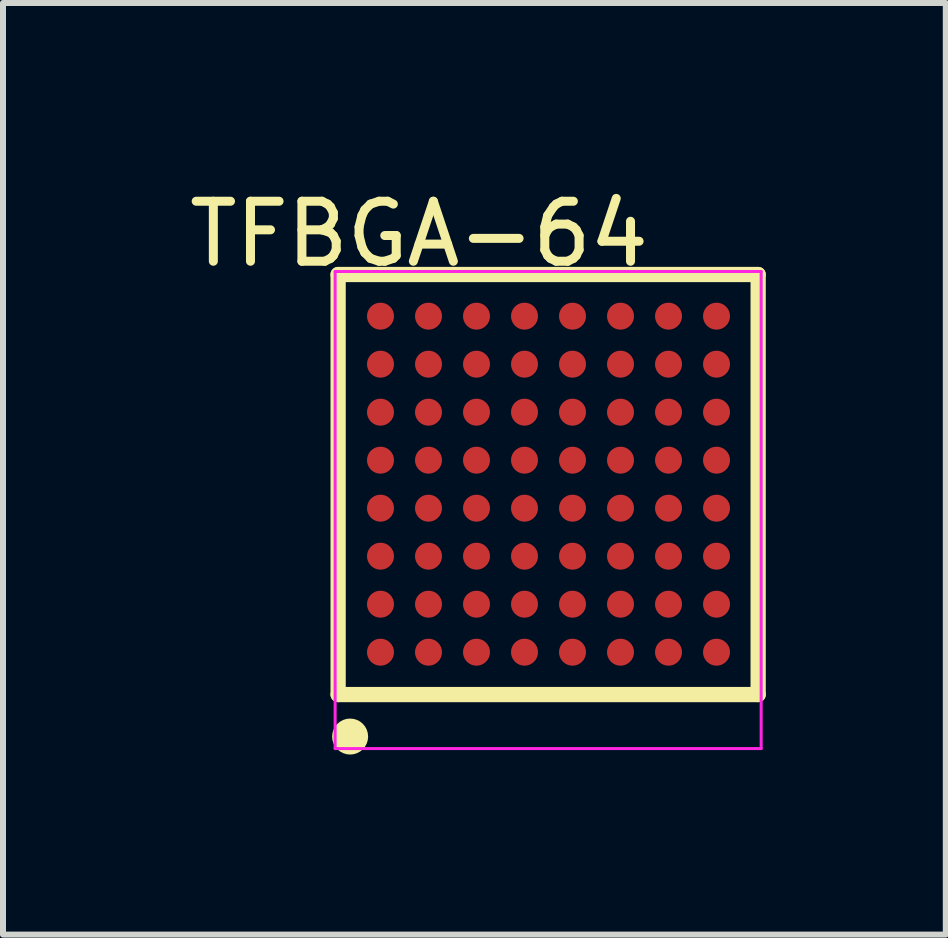
<source format=kicad_pcb>
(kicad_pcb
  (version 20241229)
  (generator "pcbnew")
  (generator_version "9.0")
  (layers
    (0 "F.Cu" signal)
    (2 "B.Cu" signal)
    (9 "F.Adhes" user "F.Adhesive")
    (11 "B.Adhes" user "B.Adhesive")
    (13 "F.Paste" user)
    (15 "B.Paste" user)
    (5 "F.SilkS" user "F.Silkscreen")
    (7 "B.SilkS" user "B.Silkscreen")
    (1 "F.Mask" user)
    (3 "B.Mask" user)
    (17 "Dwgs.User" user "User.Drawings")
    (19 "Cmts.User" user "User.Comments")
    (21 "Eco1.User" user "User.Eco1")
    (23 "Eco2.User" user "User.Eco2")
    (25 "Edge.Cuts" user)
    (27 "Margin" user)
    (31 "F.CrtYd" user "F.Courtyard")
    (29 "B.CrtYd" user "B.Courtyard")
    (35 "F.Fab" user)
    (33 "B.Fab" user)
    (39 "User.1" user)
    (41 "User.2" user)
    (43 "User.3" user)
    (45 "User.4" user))
  (footprint "TFBGA-64"
    (layer "F.Cu")
    (at 6.091 5.019)
    (property "Reference" "TFBGA-64" (at -2.157 -4.17 0) (layer "F.SilkS") (effects (font (size 1 1) (thickness 0.15))))
    (attr through_hole)
    (fp_line (start -3.506 -3.494) (end 3.494 -3.494) (stroke (width 0.254) (type solid)) (layer "F.SilkS"))
    (fp_line (start -3.506 3.506) (end -3.506 -3.494) (stroke (width 0.254) (type solid)) (layer "F.SilkS"))
    (fp_line (start -3.506 3.506) (end 3.494 3.506) (stroke (width 0.254) (type solid)) (layer "F.SilkS"))
    (fp_line (start 3.494 3.506) (end 3.494 -3.494) (stroke (width 0.254) (type solid)) (layer "F.SilkS"))
    (fp_circle (center -3.306 4.206) (end -3.156 4.206) (stroke (width 0.3) (type solid)) (fill no) (layer "F.SilkS"))
    (fp_line (start -3.556 -3.544) (end 3.544 -3.544) (stroke (width 0.05) (type solid)) (layer "F.CrtYd"))
    (fp_line (start -3.556 4.406) (end -3.556 -3.544) (stroke (width 0.05) (type solid)) (layer "F.CrtYd"))
    (fp_line (start 3.544 -3.544) (end 3.544 4.406) (stroke (width 0.05) (type solid)) (layer "F.CrtYd"))
    (fp_line (start 3.544 4.406) (end -3.556 4.406) (stroke (width 0.05) (type solid)) (layer "F.CrtYd"))
    (pad "A1" smd oval (at -2.8 2.8 90) (size 0.45 0.45) (layers "F.Cu" "F.Mask" "F.Paste"))
    (pad "A2" smd oval (at -2.8 2 90) (size 0.45 0.45) (layers "F.Cu" "F.Mask" "F.Paste"))
    (pad "A3" smd oval (at -2.8 1.2 90) (size 0.45 0.45) (layers "F.Cu" "F.Mask" "F.Paste"))
    (pad "A4" smd oval (at -2.8 0.4 90) (size 0.45 0.45) (layers "F.Cu" "F.Mask" "F.Paste"))
    (pad "A5" smd oval (at -2.8 -0.4 90) (size 0.45 0.45) (layers "F.Cu" "F.Mask" "F.Paste"))
    (pad "A6" smd oval (at -2.8 -1.2 90) (size 0.45 0.45) (layers "F.Cu" "F.Mask" "F.Paste"))
    (pad "A7" smd oval (at -2.8 -2 90) (size 0.45 0.45) (layers "F.Cu" "F.Mask" "F.Paste"))
    (pad "A8" smd oval (at -2.8 -2.8 90) (size 0.45 0.45) (layers "F.Cu" "F.Mask" "F.Paste"))
    (pad "B1" smd oval (at -2 2.8 90) (size 0.45 0.45) (layers "F.Cu" "F.Mask" "F.Paste"))
    (pad "B2" smd oval (at -2 2 90) (size 0.45 0.45) (layers "F.Cu" "F.Mask" "F.Paste"))
    (pad "B3" smd oval (at -2 1.2 90) (size 0.45 0.45) (layers "F.Cu" "F.Mask" "F.Paste"))
    (pad "B4" smd oval (at -2 0.4 90) (size 0.45 0.45) (layers "F.Cu" "F.Mask" "F.Paste"))
    (pad "B5" smd oval (at -2 -0.4 90) (size 0.45 0.45) (layers "F.Cu" "F.Mask" "F.Paste"))
    (pad "B6" smd oval (at -2 -1.2 90) (size 0.45 0.45) (layers "F.Cu" "F.Mask" "F.Paste"))
    (pad "B7" smd oval (at -2 -2 90) (size 0.45 0.45) (layers "F.Cu" "F.Mask" "F.Paste"))
    (pad "B8" smd oval (at -2 -2.8 90) (size 0.45 0.45) (layers "F.Cu" "F.Mask" "F.Paste"))
    (pad "C1" smd oval (at -1.2 2.8 90) (size 0.45 0.45) (layers "F.Cu" "F.Mask" "F.Paste"))
    (pad "C2" smd oval (at -1.2 2 90) (size 0.45 0.45) (layers "F.Cu" "F.Mask" "F.Paste"))
    (pad "C3" smd oval (at -1.2 1.2 90) (size 0.45 0.45) (layers "F.Cu" "F.Mask" "F.Paste"))
    (pad "C4" smd oval (at -1.2 0.4 90) (size 0.45 0.45) (layers "F.Cu" "F.Mask" "F.Paste"))
    (pad "C5" smd oval (at -1.2 -0.4 90) (size 0.45 0.45) (layers "F.Cu" "F.Mask" "F.Paste"))
    (pad "C6" smd oval (at -1.2 -1.2 90) (size 0.45 0.45) (layers "F.Cu" "F.Mask" "F.Paste"))
    (pad "C7" smd oval (at -1.2 -2 90) (size 0.45 0.45) (layers "F.Cu" "F.Mask" "F.Paste"))
    (pad "C8" smd oval (at -1.2 -2.8 90) (size 0.45 0.45) (layers "F.Cu" "F.Mask" "F.Paste"))
    (pad "D1" smd oval (at -0.4 2.8 90) (size 0.45 0.45) (layers "F.Cu" "F.Mask" "F.Paste"))
    (pad "D2" smd oval (at -0.4 2 90) (size 0.45 0.45) (layers "F.Cu" "F.Mask" "F.Paste"))
    (pad "D3" smd oval (at -0.4 1.2 90) (size 0.45 0.45) (layers "F.Cu" "F.Mask" "F.Paste"))
    (pad "D4" smd oval (at -0.4 0.4 90) (size 0.45 0.45) (layers "F.Cu" "F.Mask" "F.Paste"))
    (pad "D5" smd oval (at -0.4 -0.4 90) (size 0.45 0.45) (layers "F.Cu" "F.Mask" "F.Paste"))
    (pad "D6" smd oval (at -0.4 -1.2 90) (size 0.45 0.45) (layers "F.Cu" "F.Mask" "F.Paste"))
    (pad "D7" smd oval (at -0.4 -2 90) (size 0.45 0.45) (layers "F.Cu" "F.Mask" "F.Paste"))
    (pad "D8" smd oval (at -0.4 -2.8 90) (size 0.45 0.45) (layers "F.Cu" "F.Mask" "F.Paste"))
    (pad "E1" smd oval (at 0.4 2.8 90) (size 0.45 0.45) (layers "F.Cu" "F.Mask" "F.Paste"))
    (pad "E2" smd oval (at 0.4 2 90) (size 0.45 0.45) (layers "F.Cu" "F.Mask" "F.Paste"))
    (pad "E3" smd oval (at 0.4 1.2 90) (size 0.45 0.45) (layers "F.Cu" "F.Mask" "F.Paste"))
    (pad "E4" smd oval (at 0.4 0.4 90) (size 0.45 0.45) (layers "F.Cu" "F.Mask" "F.Paste"))
    (pad "E5" smd oval (at 0.4 -0.4 90) (size 0.45 0.45) (layers "F.Cu" "F.Mask" "F.Paste"))
    (pad "E6" smd oval (at 0.4 -1.2 90) (size 0.45 0.45) (layers "F.Cu" "F.Mask" "F.Paste"))
    (pad "E7" smd oval (at 0.4 -2 90) (size 0.45 0.45) (layers "F.Cu" "F.Mask" "F.Paste"))
    (pad "E8" smd oval (at 0.4 -2.8 90) (size 0.45 0.45) (layers "F.Cu" "F.Mask" "F.Paste"))
    (pad "F1" smd oval (at 1.2 2.8 90) (size 0.45 0.45) (layers "F.Cu" "F.Mask" "F.Paste"))
    (pad "F2" smd oval (at 1.2 2 90) (size 0.45 0.45) (layers "F.Cu" "F.Mask" "F.Paste"))
    (pad "F3" smd oval (at 1.2 1.2 90) (size 0.45 0.45) (layers "F.Cu" "F.Mask" "F.Paste"))
    (pad "F4" smd oval (at 1.2 0.4 90) (size 0.45 0.45) (layers "F.Cu" "F.Mask" "F.Paste"))
    (pad "F5" smd oval (at 1.2 -0.4 90) (size 0.45 0.45) (layers "F.Cu" "F.Mask" "F.Paste"))
    (pad "F6" smd oval (at 1.2 -1.2 90) (size 0.45 0.45) (layers "F.Cu" "F.Mask" "F.Paste"))
    (pad "F7" smd oval (at 1.2 -2 90) (size 0.45 0.45) (layers "F.Cu" "F.Mask" "F.Paste"))
    (pad "F8" smd oval (at 1.2 -2.8 90) (size 0.45 0.45) (layers "F.Cu" "F.Mask" "F.Paste"))
    (pad "G1" smd oval (at 2 2.8 90) (size 0.45 0.45) (layers "F.Cu" "F.Mask" "F.Paste"))
    (pad "G2" smd oval (at 2 2 90) (size 0.45 0.45) (layers "F.Cu" "F.Mask" "F.Paste"))
    (pad "G3" smd oval (at 2 1.2 90) (size 0.45 0.45) (layers "F.Cu" "F.Mask" "F.Paste"))
    (pad "G4" smd oval (at 2 0.4 90) (size 0.45 0.45) (layers "F.Cu" "F.Mask" "F.Paste"))
    (pad "G5" smd oval (at 2 -0.4 90) (size 0.45 0.45) (layers "F.Cu" "F.Mask" "F.Paste"))
    (pad "G6" smd oval (at 2 -1.2 90) (size 0.45 0.45) (layers "F.Cu" "F.Mask" "F.Paste"))
    (pad "G7" smd oval (at 2 -2 90) (size 0.45 0.45) (layers "F.Cu" "F.Mask" "F.Paste"))
    (pad "G8" smd oval (at 2 -2.8 90) (size 0.45 0.45) (layers "F.Cu" "F.Mask" "F.Paste"))
    (pad "H1" smd oval (at 2.8 2.8 90) (size 0.45 0.45) (layers "F.Cu" "F.Mask" "F.Paste"))
    (pad "H2" smd oval (at 2.8 2 90) (size 0.45 0.45) (layers "F.Cu" "F.Mask" "F.Paste"))
    (pad "H3" smd oval (at 2.8 1.2 90) (size 0.45 0.45) (layers "F.Cu" "F.Mask" "F.Paste"))
    (pad "H4" smd oval (at 2.8 0.4 90) (size 0.45 0.45) (layers "F.Cu" "F.Mask" "F.Paste"))
    (pad "H5" smd oval (at 2.8 -0.4 90) (size 0.45 0.45) (layers "F.Cu" "F.Mask" "F.Paste"))
    (pad "H6" smd oval (at 2.8 -1.2 90) (size 0.45 0.45) (layers "F.Cu" "F.Mask" "F.Paste"))
    (pad "H7" smd oval (at 2.8 -2 90) (size 0.45 0.45) (layers "F.Cu" "F.Mask" "F.Paste"))
    (pad "H8" smd oval (at 2.8 -2.8 90) (size 0.45 0.45) (layers "F.Cu" "F.Mask" "F.Paste")))
  (gr_rect
    (start -3 -3)
    (end 12.712 12.525)
    (stroke (width 0.1) (type default))
    (fill no)
    (layer "Edge.Cuts")))
</source>
